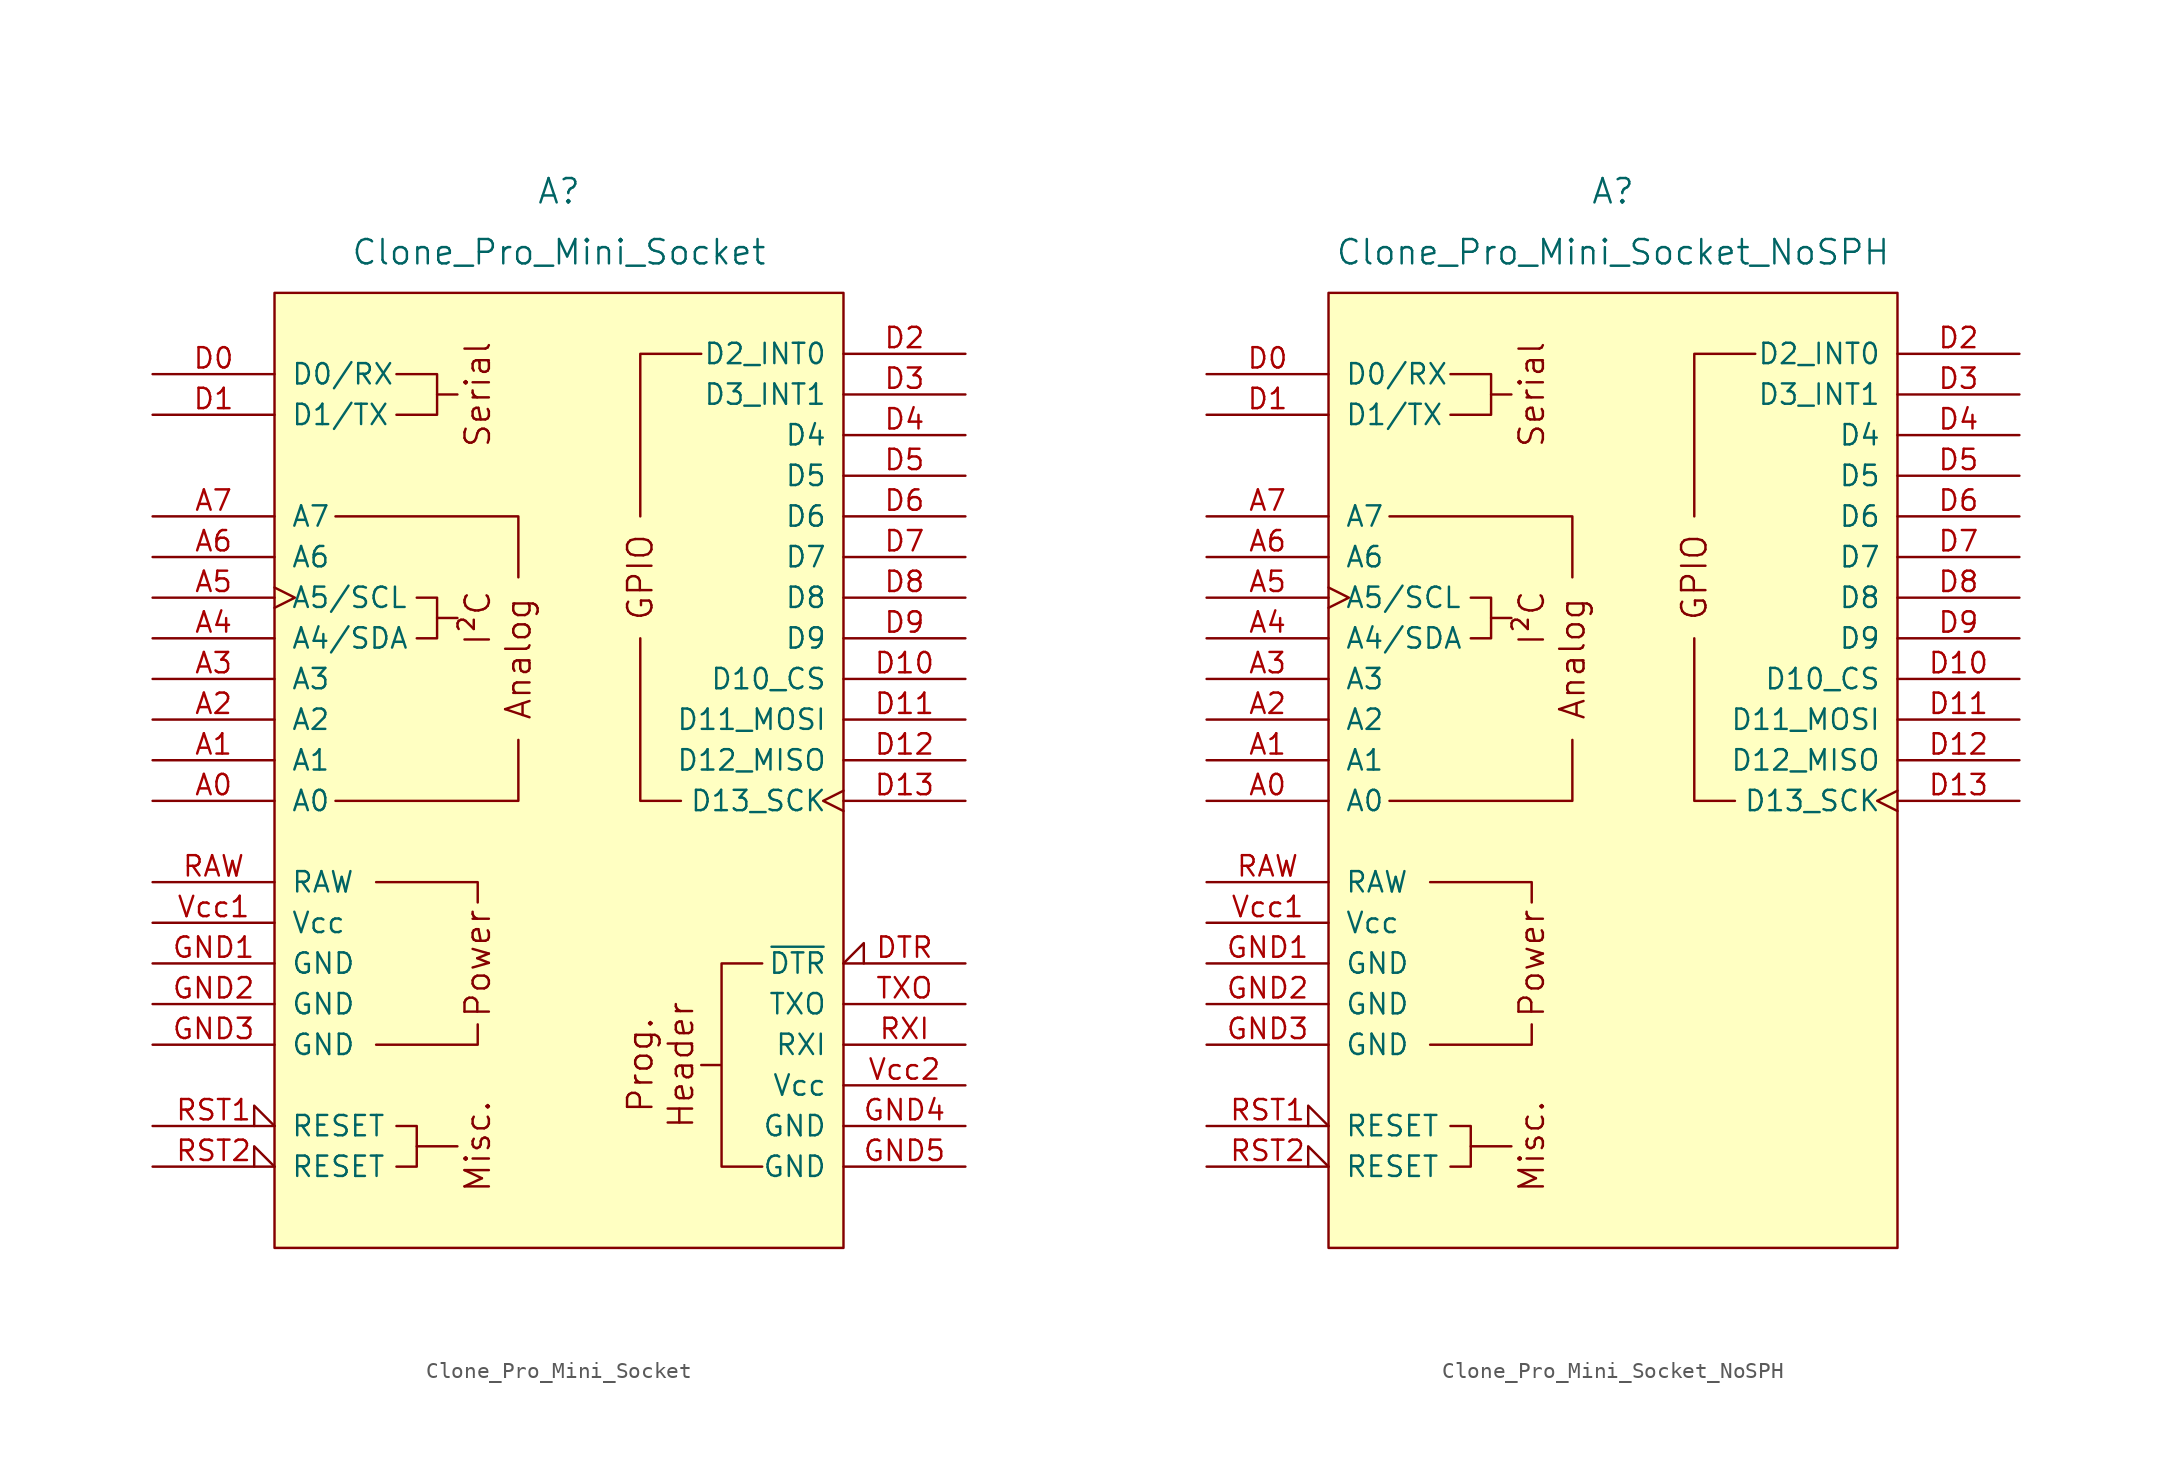
<source format=kicad_sym>
(kicad_symbol_lib
  (version 20231120)
  (generator "kicad_symbol_editor")
  (generator_version "8.0")
  (symbol "Clone_Pro_Mini_Socket"
    (pin_names
      (offset 1.016))
    (property "Reference" "A"
      (at 0 36.83 0)
      (effects (font (size 1.524 1.524))))
    (property "Value" "Clone_Pro_Mini_Socket"
      (at 0 33.02 0)
      (effects (font (size 1.524 1.524))))
    (symbol "Clone_Pro_Mini_Socket_0_0"
      (rectangle (start -17.78 30.48) (end 17.78 -29.21) (stroke (width 0) (type default)) (fill (type background)))
      (polyline (pts (xy -7.62 10.16) (xy -6.35 10.16)) (stroke (width 0) (type default)) (fill (type none)))
      (polyline (pts (xy -7.62 24.13) (xy -6.35 24.13)) (stroke (width 0) (type default)) (fill (type none)))
      (polyline (pts (xy -6.35 -22.86) (xy -8.89 -22.86)) (stroke (width 0) (type default)) (fill (type none)))
      (polyline (pts (xy -11.43 -16.51) (xy -5.08 -16.51) (xy -5.08 -15.24)) (stroke (width 0) (type default)) (fill (type none)))
      (polyline (pts (xy -5.08 -7.62) (xy -5.08 -6.35) (xy -11.43 -6.35)) (stroke (width 0) (type default)) (fill (type none)))
      (polyline (pts (xy -2.54 2.54) (xy -2.54 -1.27) (xy -13.97 -1.27)) (stroke (width 0) (type default)) (fill (type none)))
      (polyline (pts (xy -2.54 12.7) (xy -2.54 16.51) (xy -13.97 16.51)) (stroke (width 0) (type default)) (fill (type none)))
      (polyline (pts (xy -10.16 25.4) (xy -7.62 25.4) (xy -7.62 22.86) (xy -10.16 22.86)) (stroke (width 0) (type default)) (fill (type none)))
      (polyline (pts (xy -8.89 11.43) (xy -7.62 11.43) (xy -7.62 8.89) (xy -8.89 8.89)) (stroke (width 0) (type default)) (fill (type none)))
      (polyline (pts (xy 12.7 -11.43) (xy 10.16 -11.43) (xy 10.16 -16.51) (xy 10.16 -17.78) (xy 8.89 -17.78) (xy 10.16 -17.78) (xy 10.16 -24.13) (xy 12.7 -24.13)) (stroke (width 0) (type default)) (fill (type none)))
      (text "Analog" (at -2.54 7.62 900) (effects (font (size 1.524 1.524))))
      (text "Header" (at 7.62 -17.78 900) (effects (font (size 1.524 1.524))))
      (text "I²C" (at -5.08 10.16 900) (effects (font (size 1.524 1.524))))
      (text "Misc." (at -5.08 -22.86 900) (effects (font (size 1.524 1.524))))
      (text "Power" (at -5.08 -11.43 900) (effects (font (size 1.524 1.524))))
      (text "Prog." (at 5.08 -17.78 900) (effects (font (size 1.524 1.524))))
      (text "Serial" (at -5.08 24.13 900) (effects (font (size 1.524 1.524)))))
    (symbol "Clone_Pro_Mini_Socket_0_1"
      (polyline (pts (xy 7.62 -1.27) (xy 5.08 -1.27) (xy 5.08 8.89)) (stroke (width 0) (type default)) (fill (type none)))
      (polyline (pts (xy 8.89 26.67) (xy 5.08 26.67) (xy 5.08 16.51)) (stroke (width 0) (type default)) (fill (type none)))
      (polyline (pts (xy -10.16 -24.13) (xy -8.89 -24.13) (xy -8.89 -21.59) (xy -10.16 -21.59)) (stroke (width 0) (type default)) (fill (type none))))
    (symbol "Clone_Pro_Mini_Socket_1_0"
      (text "GPIO" (at 5.08 12.7 900) (effects (font (size 1.524 1.524)))))
    (symbol "Clone_Pro_Mini_Socket_1_1"
      (pin bidirectional line (at -25.4 -1.27 0) (length 7.62) (name "A0" (effects (font (size 1.27 1.27)))) (number "A0" (effects (font (size 1.27 1.27)))))
      (pin bidirectional line (at -25.4 1.27 0) (length 7.62) (name "A1" (effects (font (size 1.27 1.27)))) (number "A1" (effects (font (size 1.27 1.27)))))
      (pin bidirectional line (at -25.4 3.81 0) (length 7.62) (name "A2" (effects (font (size 1.27 1.27)))) (number "A2" (effects (font (size 1.27 1.27)))))
      (pin bidirectional line (at -25.4 6.35 0) (length 7.62) (name "A3" (effects (font (size 1.27 1.27)))) (number "A3" (effects (font (size 1.27 1.27)))))
      (pin bidirectional line (at -25.4 8.89 0) (length 7.62) (name "A4/SDA" (effects (font (size 1.27 1.27)))) (number "A4" (effects (font (size 1.27 1.27)))))
      (pin bidirectional clock (at -25.4 11.43 0) (length 7.62) (name "A5/SCL" (effects (font (size 1.27 1.27)))) (number "A5" (effects (font (size 1.27 1.27)))))
      (pin input line (at -25.4 13.97 0) (length 7.62) (name "A6" (effects (font (size 1.27 1.27)))) (number "A6" (effects (font (size 1.27 1.27)))))
      (pin input line (at -25.4 16.51 0) (length 7.62) (name "A7" (effects (font (size 1.27 1.27)))) (number "A7" (effects (font (size 1.27 1.27)))))
      (pin bidirectional line (at -25.4 25.4 0) (length 7.62) (name "D0/RX" (effects (font (size 1.27 1.27)))) (number "D0" (effects (font (size 1.27 1.27)))))
      (pin bidirectional line (at -25.4 22.86 0) (length 7.62) (name "D1/TX" (effects (font (size 1.27 1.27)))) (number "D1" (effects (font (size 1.27 1.27)))))
      (pin bidirectional line (at 25.4 6.35 180) (length 7.62) (name "D10_CS" (effects (font (size 1.27 1.27)))) (number "D10" (effects (font (size 1.27 1.27)))))
      (pin bidirectional line (at 25.4 3.81 180) (length 7.62) (name "D11_MOSI" (effects (font (size 1.27 1.27)))) (number "D11" (effects (font (size 1.27 1.27)))))
      (pin bidirectional line (at 25.4 1.27 180) (length 7.62) (name "D12_MISO" (effects (font (size 1.27 1.27)))) (number "D12" (effects (font (size 1.27 1.27)))))
      (pin bidirectional clock (at 25.4 -1.27 180) (length 7.62) (name "D13_SCK" (effects (font (size 1.27 1.27)))) (number "D13" (effects (font (size 1.27 1.27)))))
      (pin bidirectional line (at 25.4 26.67 180) (length 7.62) (name "D2_INT0" (effects (font (size 1.27 1.27)))) (number "D2" (effects (font (size 1.27 1.27)))))
      (pin bidirectional line (at 25.4 24.13 180) (length 7.62) (name "D3_INT1" (effects (font (size 1.27 1.27)))) (number "D3" (effects (font (size 1.27 1.27)))))
      (pin bidirectional line (at 25.4 21.59 180) (length 7.62) (name "D4" (effects (font (size 1.27 1.27)))) (number "D4" (effects (font (size 1.27 1.27)))))
      (pin bidirectional line (at 25.4 19.05 180) (length 7.62) (name "D5" (effects (font (size 1.27 1.27)))) (number "D5" (effects (font (size 1.27 1.27)))))
      (pin bidirectional line (at 25.4 16.51 180) (length 7.62) (name "D6" (effects (font (size 1.27 1.27)))) (number "D6" (effects (font (size 1.27 1.27)))))
      (pin bidirectional line (at 25.4 13.97 180) (length 7.62) (name "D7" (effects (font (size 1.27 1.27)))) (number "D7" (effects (font (size 1.27 1.27)))))
      (pin bidirectional line (at 25.4 11.43 180) (length 7.62) (name "D8" (effects (font (size 1.27 1.27)))) (number "D8" (effects (font (size 1.27 1.27)))))
      (pin bidirectional line (at 25.4 8.89 180) (length 7.62) (name "D9" (effects (font (size 1.27 1.27)))) (number "D9" (effects (font (size 1.27 1.27)))))
      (pin input input_low (at 25.4 -11.43 180) (length 7.62) (name "~{DTR}" (effects (font (size 1.27 1.27)))) (number "DTR" (effects (font (size 1.27 1.27)))))
      (pin power_in line (at -25.4 -11.43 0) (length 7.62) (name "GND" (effects (font (size 1.27 1.27)))) (number "GND1" (effects (font (size 1.27 1.27)))))
      (pin power_in line (at -25.4 -13.97 0) (length 7.62) (name "GND" (effects (font (size 1.27 1.27)))) (number "GND2" (effects (font (size 1.27 1.27)))))
      (pin power_in line (at -25.4 -16.51 0) (length 7.62) (name "GND" (effects (font (size 1.27 1.27)))) (number "GND3" (effects (font (size 1.27 1.27)))))
      (pin power_in line (at 25.4 -21.59 180) (length 7.62) (name "GND" (effects (font (size 1.27 1.27)))) (number "GND4" (effects (font (size 1.27 1.27)))))
      (pin power_in line (at 25.4 -24.13 180) (length 7.62) (name "GND" (effects (font (size 1.27 1.27)))) (number "GND5" (effects (font (size 1.27 1.27)))))
      (pin power_in line (at -25.4 -6.35 0) (length 7.62) (name "RAW" (effects (font (size 1.27 1.27)))) (number "RAW" (effects (font (size 1.27 1.27)))))
      (pin open_collector input_low (at -25.4 -21.59 0) (length 7.62) (name "RESET" (effects (font (size 1.27 1.27)))) (number "RST1" (effects (font (size 1.27 1.27)))))
      (pin open_collector input_low (at -25.4 -24.13 0) (length 7.62) (name "RESET" (effects (font (size 1.27 1.27)))) (number "RST2" (effects (font (size 1.27 1.27)))))
      (pin input line (at 25.4 -16.51 180) (length 7.62) (name "RXI" (effects (font (size 1.27 1.27)))) (number "RXI" (effects (font (size 1.27 1.27)))))
      (pin output line (at 25.4 -13.97 180) (length 7.62) (name "TXO" (effects (font (size 1.27 1.27)))) (number "TXO" (effects (font (size 1.27 1.27)))))
      (pin power_in line (at -25.4 -8.89 0) (length 7.62) (name "Vcc" (effects (font (size 1.27 1.27)))) (number "Vcc1" (effects (font (size 1.27 1.27)))))
      (pin power_in line (at 25.4 -19.05 180) (length 7.62) (name "Vcc" (effects (font (size 1.27 1.27)))) (number "Vcc2" (effects (font (size 1.27 1.27)))))))
  (symbol "Clone_Pro_Mini_Socket_NoSPH"
    (pin_names
      (offset 1.016))
    (property "Reference" "A"
      (at 0 36.83 0)
      (effects (font (size 1.524 1.524))))
    (property "Value" "Clone_Pro_Mini_Socket_NoSPH"
      (at 0 33.02 0)
      (effects (font (size 1.524 1.524))))
    (symbol "Clone_Pro_Mini_Socket_NoSPH_0_0"
      (rectangle (start -17.78 30.48) (end 17.78 -29.21) (stroke (width 0) (type default)) (fill (type background)))
      (polyline (pts (xy -7.62 10.16) (xy -6.35 10.16)) (stroke (width 0) (type default)) (fill (type none)))
      (polyline (pts (xy -7.62 24.13) (xy -6.35 24.13)) (stroke (width 0) (type default)) (fill (type none)))
      (polyline (pts (xy -6.35 -22.86) (xy -8.89 -22.86)) (stroke (width 0) (type default)) (fill (type none)))
      (polyline (pts (xy -11.43 -16.51) (xy -5.08 -16.51) (xy -5.08 -15.24)) (stroke (width 0) (type default)) (fill (type none)))
      (polyline (pts (xy -5.08 -7.62) (xy -5.08 -6.35) (xy -11.43 -6.35)) (stroke (width 0) (type default)) (fill (type none)))
      (polyline (pts (xy -2.54 2.54) (xy -2.54 -1.27) (xy -13.97 -1.27)) (stroke (width 0) (type default)) (fill (type none)))
      (polyline (pts (xy -2.54 12.7) (xy -2.54 16.51) (xy -13.97 16.51)) (stroke (width 0) (type default)) (fill (type none)))
      (polyline (pts (xy -10.16 25.4) (xy -7.62 25.4) (xy -7.62 22.86) (xy -10.16 22.86)) (stroke (width 0) (type default)) (fill (type none)))
      (polyline (pts (xy -8.89 11.43) (xy -7.62 11.43) (xy -7.62 8.89) (xy -8.89 8.89)) (stroke (width 0) (type default)) (fill (type none)))
      (text "Analog" (at -2.54 7.62 900) (effects (font (size 1.524 1.524))))
      (text "I²C" (at -5.08 10.16 900) (effects (font (size 1.524 1.524))))
      (text "Misc." (at -5.08 -22.86 900) (effects (font (size 1.524 1.524))))
      (text "Power" (at -5.08 -11.43 900) (effects (font (size 1.524 1.524))))
      (text "Serial" (at -5.08 24.13 900) (effects (font (size 1.524 1.524)))))
    (symbol "Clone_Pro_Mini_Socket_NoSPH_0_1"
      (polyline (pts (xy 7.62 -1.27) (xy 5.08 -1.27) (xy 5.08 8.89)) (stroke (width 0) (type default)) (fill (type none)))
      (polyline (pts (xy 8.89 26.67) (xy 5.08 26.67) (xy 5.08 16.51)) (stroke (width 0) (type default)) (fill (type none)))
      (polyline (pts (xy -10.16 -24.13) (xy -8.89 -24.13) (xy -8.89 -21.59) (xy -10.16 -21.59)) (stroke (width 0) (type default)) (fill (type none))))
    (symbol "Clone_Pro_Mini_Socket_NoSPH_1_0"
      (text "GPIO" (at 5.08 12.7 900) (effects (font (size 1.524 1.524)))))
    (symbol "Clone_Pro_Mini_Socket_NoSPH_1_1"
      (pin bidirectional line (at -25.4 -1.27 0) (length 7.62) (name "A0" (effects (font (size 1.27 1.27)))) (number "A0" (effects (font (size 1.27 1.27)))))
      (pin bidirectional line (at -25.4 1.27 0) (length 7.62) (name "A1" (effects (font (size 1.27 1.27)))) (number "A1" (effects (font (size 1.27 1.27)))))
      (pin bidirectional line (at -25.4 3.81 0) (length 7.62) (name "A2" (effects (font (size 1.27 1.27)))) (number "A2" (effects (font (size 1.27 1.27)))))
      (pin bidirectional line (at -25.4 6.35 0) (length 7.62) (name "A3" (effects (font (size 1.27 1.27)))) (number "A3" (effects (font (size 1.27 1.27)))))
      (pin bidirectional line (at -25.4 8.89 0) (length 7.62) (name "A4/SDA" (effects (font (size 1.27 1.27)))) (number "A4" (effects (font (size 1.27 1.27)))))
      (pin bidirectional clock (at -25.4 11.43 0) (length 7.62) (name "A5/SCL" (effects (font (size 1.27 1.27)))) (number "A5" (effects (font (size 1.27 1.27)))))
      (pin input line (at -25.4 13.97 0) (length 7.62) (name "A6" (effects (font (size 1.27 1.27)))) (number "A6" (effects (font (size 1.27 1.27)))))
      (pin input line (at -25.4 16.51 0) (length 7.62) (name "A7" (effects (font (size 1.27 1.27)))) (number "A7" (effects (font (size 1.27 1.27)))))
      (pin bidirectional line (at -25.4 25.4 0) (length 7.62) (name "D0/RX" (effects (font (size 1.27 1.27)))) (number "D0" (effects (font (size 1.27 1.27)))))
      (pin bidirectional line (at -25.4 22.86 0) (length 7.62) (name "D1/TX" (effects (font (size 1.27 1.27)))) (number "D1" (effects (font (size 1.27 1.27)))))
      (pin bidirectional line (at 25.4 6.35 180) (length 7.62) (name "D10_CS" (effects (font (size 1.27 1.27)))) (number "D10" (effects (font (size 1.27 1.27)))))
      (pin bidirectional line (at 25.4 3.81 180) (length 7.62) (name "D11_MOSI" (effects (font (size 1.27 1.27)))) (number "D11" (effects (font (size 1.27 1.27)))))
      (pin bidirectional line (at 25.4 1.27 180) (length 7.62) (name "D12_MISO" (effects (font (size 1.27 1.27)))) (number "D12" (effects (font (size 1.27 1.27)))))
      (pin bidirectional clock (at 25.4 -1.27 180) (length 7.62) (name "D13_SCK" (effects (font (size 1.27 1.27)))) (number "D13" (effects (font (size 1.27 1.27)))))
      (pin bidirectional line (at 25.4 26.67 180) (length 7.62) (name "D2_INT0" (effects (font (size 1.27 1.27)))) (number "D2" (effects (font (size 1.27 1.27)))))
      (pin bidirectional line (at 25.4 24.13 180) (length 7.62) (name "D3_INT1" (effects (font (size 1.27 1.27)))) (number "D3" (effects (font (size 1.27 1.27)))))
      (pin bidirectional line (at 25.4 21.59 180) (length 7.62) (name "D4" (effects (font (size 1.27 1.27)))) (number "D4" (effects (font (size 1.27 1.27)))))
      (pin bidirectional line (at 25.4 19.05 180) (length 7.62) (name "D5" (effects (font (size 1.27 1.27)))) (number "D5" (effects (font (size 1.27 1.27)))))
      (pin bidirectional line (at 25.4 16.51 180) (length 7.62) (name "D6" (effects (font (size 1.27 1.27)))) (number "D6" (effects (font (size 1.27 1.27)))))
      (pin bidirectional line (at 25.4 13.97 180) (length 7.62) (name "D7" (effects (font (size 1.27 1.27)))) (number "D7" (effects (font (size 1.27 1.27)))))
      (pin bidirectional line (at 25.4 11.43 180) (length 7.62) (name "D8" (effects (font (size 1.27 1.27)))) (number "D8" (effects (font (size 1.27 1.27)))))
      (pin bidirectional line (at 25.4 8.89 180) (length 7.62) (name "D9" (effects (font (size 1.27 1.27)))) (number "D9" (effects (font (size 1.27 1.27)))))
      (pin power_in line (at -25.4 -11.43 0) (length 7.62) (name "GND" (effects (font (size 1.27 1.27)))) (number "GND1" (effects (font (size 1.27 1.27)))))
      (pin power_in line (at -25.4 -13.97 0) (length 7.62) (name "GND" (effects (font (size 1.27 1.27)))) (number "GND2" (effects (font (size 1.27 1.27)))))
      (pin power_in line (at -25.4 -16.51 0) (length 7.62) (name "GND" (effects (font (size 1.27 1.27)))) (number "GND3" (effects (font (size 1.27 1.27)))))
      (pin power_in line (at -25.4 -6.35 0) (length 7.62) (name "RAW" (effects (font (size 1.27 1.27)))) (number "RAW" (effects (font (size 1.27 1.27)))))
      (pin open_collector input_low (at -25.4 -21.59 0) (length 7.62) (name "RESET" (effects (font (size 1.27 1.27)))) (number "RST1" (effects (font (size 1.27 1.27)))))
      (pin open_collector input_low (at -25.4 -24.13 0) (length 7.62) (name "RESET" (effects (font (size 1.27 1.27)))) (number "RST2" (effects (font (size 1.27 1.27)))))
      (pin power_in line (at -25.4 -8.89 0) (length 7.62) (name "Vcc" (effects (font (size 1.27 1.27)))) (number "Vcc1" (effects (font (size 1.27 1.27))))))))
</source>
